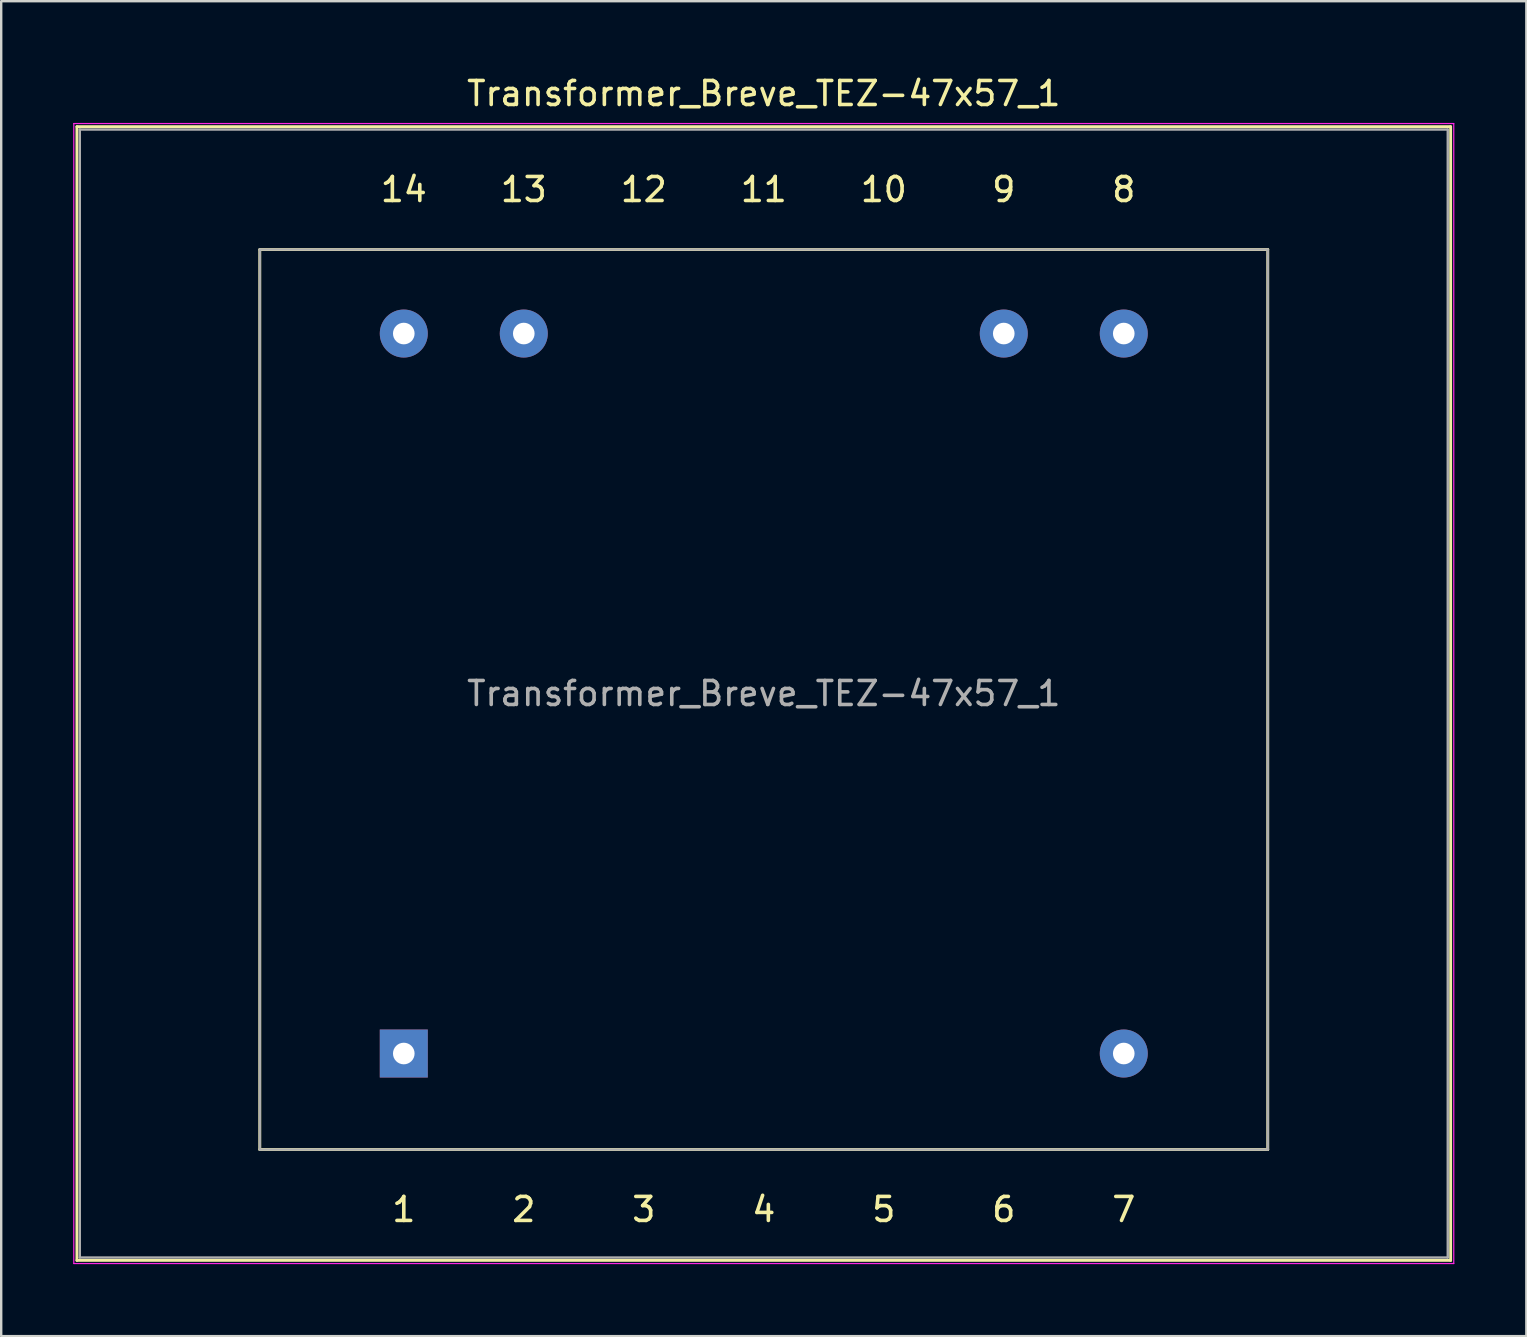
<source format=kicad_pcb>
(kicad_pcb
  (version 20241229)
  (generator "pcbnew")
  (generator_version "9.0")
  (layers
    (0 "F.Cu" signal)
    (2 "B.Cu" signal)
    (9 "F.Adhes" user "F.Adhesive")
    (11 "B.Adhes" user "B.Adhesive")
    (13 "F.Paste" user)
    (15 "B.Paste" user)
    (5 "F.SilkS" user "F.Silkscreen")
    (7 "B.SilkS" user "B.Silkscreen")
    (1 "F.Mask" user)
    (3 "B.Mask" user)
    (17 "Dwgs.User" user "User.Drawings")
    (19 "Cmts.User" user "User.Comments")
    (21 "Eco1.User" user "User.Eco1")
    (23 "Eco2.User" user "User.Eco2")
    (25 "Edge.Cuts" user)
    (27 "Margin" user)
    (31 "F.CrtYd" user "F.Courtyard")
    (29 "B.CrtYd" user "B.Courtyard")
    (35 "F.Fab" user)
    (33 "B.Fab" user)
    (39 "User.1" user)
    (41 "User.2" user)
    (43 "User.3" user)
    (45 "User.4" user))
  (footprint "Transformer_Breve_TEZ-47x57_1"
    (layer "F.Cu")
    (at 13.775 40.848)
    (property "Reference" "Transformer_Breve_TEZ-47x57_1" (at 15 -40 0) (layer "F.SilkS") (effects (font (size 1 1) (thickness 0.15))))
    (attr through_hole)
    (fp_line (start -13.62 -38.62) (end -13.62 8.62) (stroke (width 0.12) (type solid)) (layer "F.SilkS"))
    (fp_line (start -13.62 -38.62) (end 43.62 -38.62) (stroke (width 0.12) (type solid)) (layer "F.SilkS"))
    (fp_line (start -6 -33.5) (end -6 4) (stroke (width 0.12) (type solid)) (layer "F.SilkS"))
    (fp_line (start -6 4) (end 36 4) (stroke (width 0.12) (type solid)) (layer "F.SilkS"))
    (fp_line (start 36 -33.5) (end -6 -33.5) (stroke (width 0.12) (type solid)) (layer "F.SilkS"))
    (fp_line (start 36 4) (end 36 -33.5) (stroke (width 0.12) (type solid)) (layer "F.SilkS"))
    (fp_line (start 43.62 8.62) (end -13.62 8.62) (stroke (width 0.12) (type solid)) (layer "F.SilkS"))
    (fp_line (start 43.62 8.62) (end 43.62 -38.62) (stroke (width 0.12) (type solid)) (layer "F.SilkS"))
    (fp_line (start -13.75 -38.75) (end -13.75 8.75) (stroke (width 0.05) (type solid)) (layer "F.CrtYd"))
    (fp_line (start -13.75 -38.75) (end 43.75 -38.75) (stroke (width 0.05) (type solid)) (layer "F.CrtYd"))
    (fp_line (start 43.75 8.75) (end -13.75 8.75) (stroke (width 0.05) (type solid)) (layer "F.CrtYd"))
    (fp_line (start 43.75 8.75) (end 43.75 -38.75) (stroke (width 0.05) (type solid)) (layer "F.CrtYd"))
    (fp_line (start -13.5 -38.5) (end -13.5 8.5) (stroke (width 0.1) (type solid)) (layer "F.Fab"))
    (fp_line (start -13.5 -38.5) (end 43.5 -38.5) (stroke (width 0.1) (type solid)) (layer "F.Fab"))
    (fp_line (start -6 -33.5) (end -6 4) (stroke (width 0.1) (type solid)) (layer "F.Fab"))
    (fp_line (start -6 4) (end 36 4) (stroke (width 0.1) (type solid)) (layer "F.Fab"))
    (fp_line (start 36 -33.5) (end -6 -33.5) (stroke (width 0.1) (type solid)) (layer "F.Fab"))
    (fp_line (start 36 4) (end 36 -33.5) (stroke (width 0.1) (type solid)) (layer "F.Fab"))
    (fp_line (start 43.5 -38.5) (end 43.5 8.5) (stroke (width 0.1) (type solid)) (layer "F.Fab"))
    (fp_line (start 43.5 8.5) (end -13.5 8.5) (stroke (width 0.1) (type solid)) (layer "F.Fab"))
    (fp_text user "3" (at 10 6.5 0) (layer "F.SilkS") (effects (font (size 1 1) (thickness 0.15))))
    (fp_text user "1" (at 0 6.5 0) (layer "F.SilkS") (effects (font (size 1 1) (thickness 0.15))))
    (fp_text user "8" (at 30 -36 0) (layer "F.SilkS") (effects (font (size 1 1) (thickness 0.15))))
    (fp_text user "7" (at 30 6.5 0) (layer "F.SilkS") (effects (font (size 1 1) (thickness 0.15))))
    (fp_text user "12" (at 10 -36 0) (layer "F.SilkS") (effects (font (size 1 1) (thickness 0.15))))
    (fp_text user "14" (at 0 -36 0) (layer "F.SilkS") (effects (font (size 1 1) (thickness 0.15))))
    (fp_text user "9" (at 25 -36 0) (layer "F.SilkS") (effects (font (size 1 1) (thickness 0.15))))
    (fp_text user "11" (at 15 -36 0) (layer "F.SilkS") (effects (font (size 1 1) (thickness 0.15))))
    (fp_text user "4" (at 15 6.5 0) (layer "F.SilkS") (effects (font (size 1 1) (thickness 0.15))))
    (fp_text user "13" (at 5 -36 0) (layer "F.SilkS") (effects (font (size 1 1) (thickness 0.15))))
    (fp_text user "10" (at 20 -36 0) (layer "F.SilkS") (effects (font (size 1 1) (thickness 0.15))))
    (fp_text user "6" (at 25 6.5 0) (layer "F.SilkS") (effects (font (size 1 1) (thickness 0.15))))
    (fp_text user "5" (at 20 6.5 0) (layer "F.SilkS") (effects (font (size 1 1) (thickness 0.15))))
    (fp_text user "2" (at 5 6.5 0) (layer "F.SilkS") (effects (font (size 1 1) (thickness 0.15))))
    (fp_text user "${REFERENCE}" (at 15 -15 0) (layer "F.Fab") (effects (font (size 1 1) (thickness 0.15))))
    (pad "1" thru_hole rect (at 0 0) (size 2 2) (drill 0.9) (layers "*.Cu" "*.Mask"))
    (pad "7" thru_hole circle (at 30 0) (size 2 2) (drill 0.9) (layers "*.Cu" "*.Mask"))
    (pad "8" thru_hole circle (at 30 -30) (size 2 2) (drill 0.9) (layers "*.Cu" "*.Mask"))
    (pad "9" thru_hole circle (at 25 -30) (size 2 2) (drill 0.9) (layers "*.Cu" "*.Mask"))
    (pad "13" thru_hole circle (at 5 -30) (size 2 2) (drill 0.9) (layers "*.Cu" "*.Mask"))
    (pad "14" thru_hole circle (at 0 -30) (size 2 2) (drill 0.9) (layers "*.Cu" "*.Mask")))
  (gr_rect
    (start -3 -3)
    (end 60.55 52.623)
    (stroke (width 0.1) (type default))
    (fill no)
    (layer "Edge.Cuts")))
</source>
